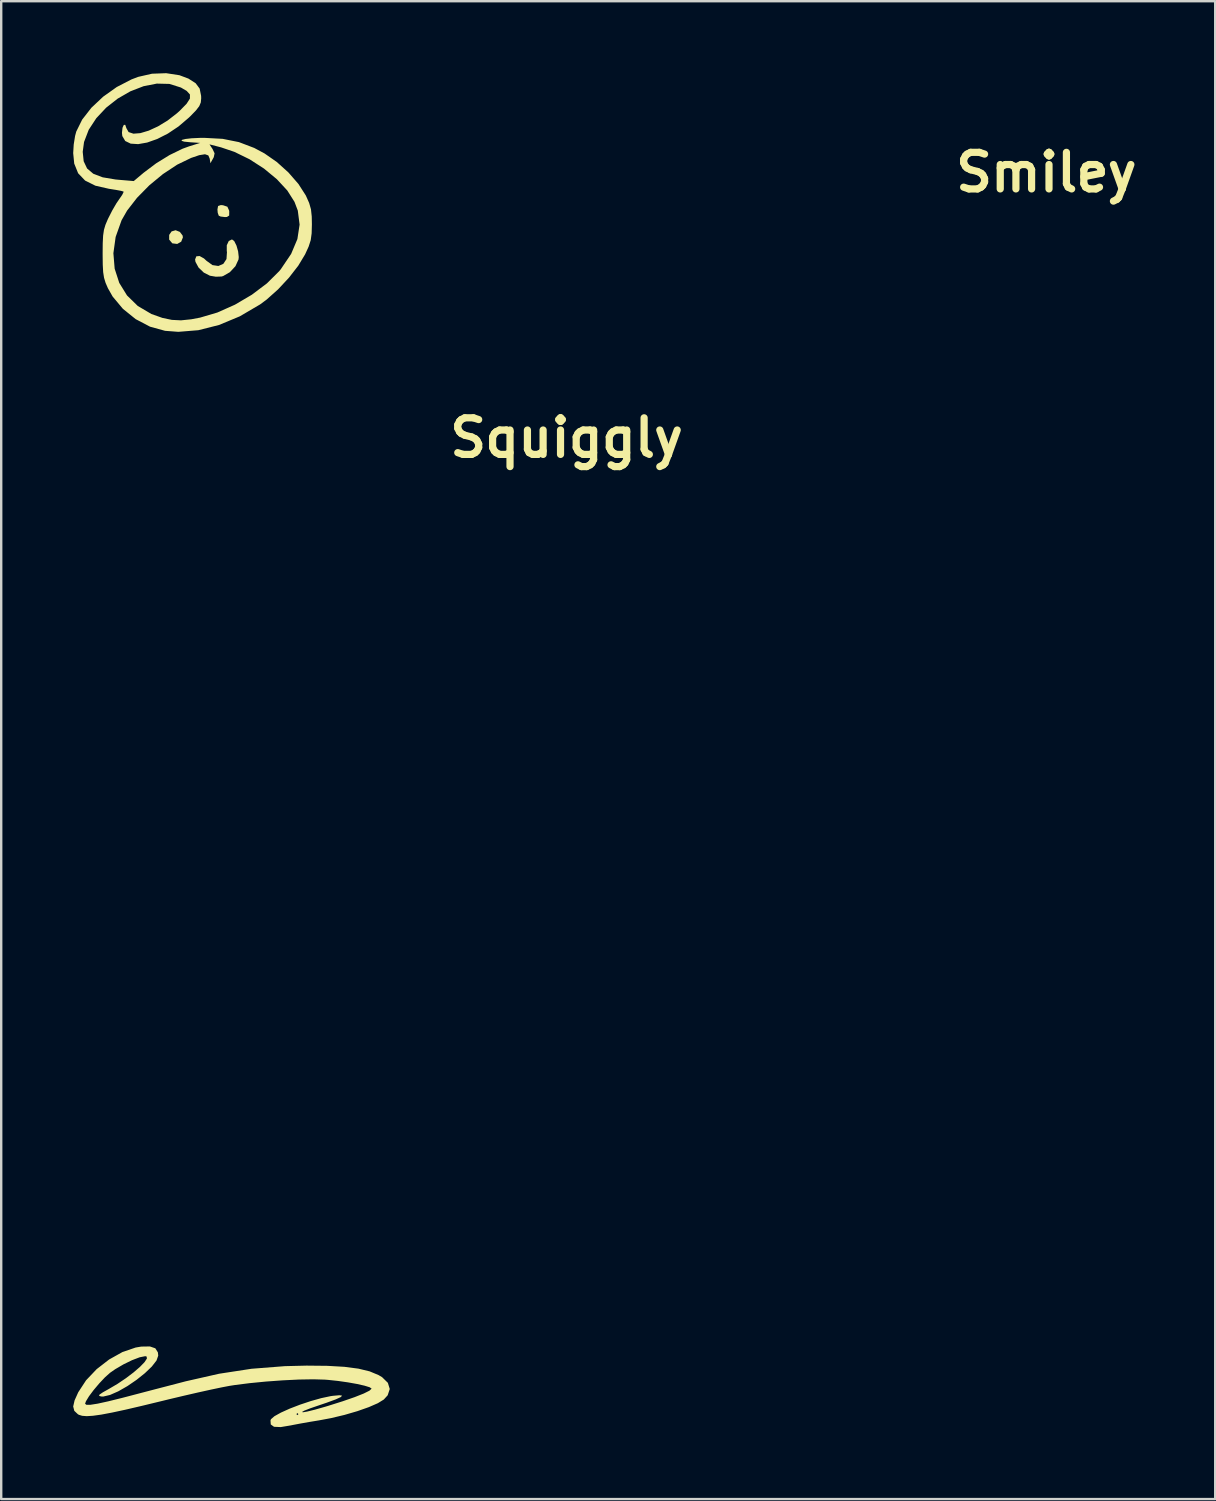
<source format=kicad_pcb>
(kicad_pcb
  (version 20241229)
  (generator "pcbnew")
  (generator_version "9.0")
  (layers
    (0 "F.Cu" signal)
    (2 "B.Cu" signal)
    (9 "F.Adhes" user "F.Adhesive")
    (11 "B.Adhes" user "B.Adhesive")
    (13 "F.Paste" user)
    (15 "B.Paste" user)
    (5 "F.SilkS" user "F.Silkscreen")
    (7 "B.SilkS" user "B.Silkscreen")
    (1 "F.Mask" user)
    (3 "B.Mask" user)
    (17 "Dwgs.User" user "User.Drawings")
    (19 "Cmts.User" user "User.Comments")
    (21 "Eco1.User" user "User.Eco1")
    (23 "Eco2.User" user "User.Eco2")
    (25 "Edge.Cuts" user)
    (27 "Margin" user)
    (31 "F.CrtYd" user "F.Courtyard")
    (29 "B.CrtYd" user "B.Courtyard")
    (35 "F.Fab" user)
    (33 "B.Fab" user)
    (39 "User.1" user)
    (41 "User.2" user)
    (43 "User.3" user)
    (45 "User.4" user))
  (footprint "Smiley"
    (layer "F.Cu")
    (at 40.555 4.133)
    (property "Reference" "Smiley" (at 0 0 0) (layer "F.SilkS") (effects (font (size 1.524 1.524) (thickness 0.3))))
    (attr board_only exclude_from_pos_files exclude_from_bom)
    (fp_poly (pts (xy -36.111 2.48) (xy -35.997 2.629) (xy -35.983 2.709) (xy -36.054 2.888) (xy -36.22 2.983) (xy -36.418 2.958) (xy -36.43 2.952) (xy -36.556 2.801) (xy -36.555 2.605) (xy -36.454 2.46) (xy -36.286 2.411)) (stroke (width 0) (type solid)) (fill yes) (layer "F.SilkS"))
    (fp_poly (pts (xy -34.311 1.37) (xy -34.13 1.431) (xy -34.057 1.591) (xy -34.052 1.63) (xy -34.055 1.799) (xy -34.148 1.858) (xy -34.228 1.863) (xy -34.408 1.841) (xy -34.488 1.806) (xy -34.532 1.685) (xy -34.544 1.547) (xy -34.517 1.402) (xy -34.403 1.363)) (stroke (width 0) (type solid)) (fill yes) (layer "F.SilkS"))
    (fp_poly (pts (xy -33.841 2.869) (xy -33.749 3.055) (xy -33.682 3.294) (xy -33.656 3.529) (xy -33.665 3.628) (xy -33.793 3.909) (xy -34.027 4.16) (xy -34.307 4.321) (xy -34.375 4.34) (xy -34.61 4.348) (xy -34.856 4.307) (xy -35.113 4.176) (xy -35.331 3.966) (xy -35.459 3.73) (xy -35.475 3.629) (xy -35.423 3.498) (xy -35.287 3.486) (xy -35.104 3.588) (xy -35.002 3.683) (xy -34.752 3.864) (xy -34.505 3.901) (xy -34.298 3.811) (xy -34.167 3.613) (xy -34.147 3.322) (xy -34.155 3.28) (xy -34.155 3.038) (xy -34.071 2.859) (xy -33.937 2.794)) (stroke (width 0) (type solid)) (fill yes) (layer "F.SilkS"))
    (fp_poly (pts (xy -36.126 -4.048) (xy -35.753 -3.908) (xy -35.451 -3.714) (xy -35.285 -3.49) (xy -35.224 -3.188) (xy -35.221 -3.087) (xy -35.237 -2.915) (xy -35.301 -2.76) (xy -35.439 -2.581) (xy -35.674 -2.339) (xy -35.737 -2.279) (xy -36.165 -1.914) (xy -36.61 -1.616) (xy -37.053 -1.391) (xy -37.472 -1.243) (xy -37.847 -1.177) (xy -38.159 -1.197) (xy -38.386 -1.307) (xy -38.508 -1.513) (xy -38.523 -1.649) (xy -38.5 -1.859) (xy -38.446 -1.978) (xy -38.385 -1.98) (xy -38.339 -1.843) (xy -38.246 -1.679) (xy -38.044 -1.612) (xy -37.757 -1.635) (xy -37.408 -1.739) (xy -37.021 -1.917) (xy -36.621 -2.16) (xy -36.232 -2.462) (xy -36.107 -2.575) (xy -35.829 -2.86) (xy -35.691 -3.075) (xy -35.69 -3.245) (xy -35.826 -3.395) (xy -36.065 -3.535) (xy -36.543 -3.686) (xy -37.07 -3.699) (xy -37.621 -3.591) (xy -38.173 -3.377) (xy -38.701 -3.073) (xy -39.183 -2.694) (xy -39.593 -2.256) (xy -39.908 -1.775) (xy -40.103 -1.266) (xy -40.158 -0.857) (xy -40.118 -0.463) (xy -39.976 -0.162) (xy -39.718 0.057) (xy -39.328 0.206) (xy -38.793 0.296) (xy -38.658 0.309) (xy -38.031 0.362) (xy -37.621 0.017) (xy -37.098 -0.377) (xy -36.538 -0.722) (xy -35.996 -0.986) (xy -35.729 -1.083) (xy -35.264 -1.228) (xy -35.668 -1.254) (xy -35.932 -1.281) (xy -36.043 -1.317) (xy -36.017 -1.356) (xy -35.87 -1.392) (xy -35.617 -1.421) (xy -35.273 -1.437) (xy -35.098 -1.439) (xy -34.327 -1.397) (xy -33.649 -1.261) (xy -33.011 -1.018) (xy -32.584 -0.79) (xy -32.072 -0.434) (xy -31.586 0.004) (xy -31.17 0.482) (xy -30.867 0.953) (xy -30.852 0.983) (xy -30.721 1.278) (xy -30.646 1.54) (xy -30.614 1.841) (xy -30.608 2.163) (xy -30.618 2.541) (xy -30.657 2.826) (xy -30.743 3.093) (xy -30.892 3.419) (xy -30.893 3.42) (xy -31.175 3.888) (xy -31.564 4.389) (xy -32.018 4.876) (xy -32.495 5.302) (xy -32.765 5.502) (xy -33.612 5.999) (xy -34.476 6.359) (xy -35.337 6.577) (xy -36.173 6.645) (xy -36.726 6.603) (xy -37.353 6.43) (xy -37.951 6.116) (xy -38.483 5.687) (xy -38.912 5.173) (xy -39.109 4.826) (xy -39.206 4.602) (xy -39.269 4.394) (xy -39.306 4.157) (xy -39.323 3.845) (xy -39.328 3.411) (xy -39.328 3.387) (xy -39.328 3.369) (xy -38.88 3.369) (xy -38.827 4.013) (xy -38.635 4.606) (xy -38.312 5.129) (xy -37.864 5.567) (xy -37.298 5.901) (xy -36.836 6.065) (xy -36.444 6.147) (xy -36.063 6.166) (xy -35.633 6.122) (xy -35.264 6.052) (xy -34.546 5.84) (xy -33.813 5.513) (xy -33.11 5.099) (xy -32.481 4.625) (xy -31.969 4.116) (xy -31.902 4.034) (xy -31.473 3.398) (xy -31.212 2.779) (xy -31.12 2.177) (xy -31.195 1.593) (xy -31.333 1.228) (xy -31.633 0.755) (xy -32.067 0.286) (xy -32.601 -0.156) (xy -33.202 -0.544) (xy -33.836 -0.854) (xy -34.392 -1.042) (xy -34.875 -1.167) (xy -34.746 -0.97) (xy -34.663 -0.794) (xy -34.697 -0.633) (xy -34.727 -0.577) (xy -34.837 -0.381) (xy -34.866 -0.572) (xy -34.924 -0.707) (xy -35.062 -0.755) (xy -35.301 -0.717) (xy -35.638 -0.603) (xy -36.22 -0.322) (xy -36.815 0.071) (xy -37.385 0.542) (xy -37.895 1.06) (xy -38.307 1.591) (xy -38.539 1.996) (xy -38.786 2.691) (xy -38.88 3.369) (xy -39.328 3.369) (xy -39.324 2.95) (xy -39.308 2.635) (xy -39.273 2.396) (xy -39.211 2.186) (xy -39.114 1.957) (xy -39.091 1.909) (xy -38.929 1.59) (xy -38.754 1.289) (xy -38.638 1.12) (xy -38.513 0.938) (xy -38.455 0.819) (xy -38.456 0.801) (xy -38.552 0.772) (xy -38.768 0.731) (xy -39.059 0.685) (xy -39.061 0.685) (xy -39.631 0.555) (xy -40.058 0.342) (xy -40.349 0.037) (xy -40.512 -0.366) (xy -40.555 -0.802) (xy -40.533 -1.161) (xy -40.476 -1.518) (xy -40.427 -1.701) (xy -40.181 -2.199) (xy -39.797 -2.692) (xy -39.306 -3.154) (xy -38.739 -3.557) (xy -38.125 -3.874) (xy -37.846 -3.98) (xy -37.271 -4.111) (xy -36.68 -4.133)) (stroke (width 0) (type solid)) (fill yes) (layer "F.SilkS")))
  (footprint "Squiggly"
    (layer "F.Cu")
    (at 20.562 15.196)
    (property "Reference" "Squiggly" (at 0 0 0) (layer "F.SilkS") (effects (font (size 1.524 1.524) (thickness 0.3))))
    (attr board_only exclude_from_pos_files exclude_from_bom)
    (fp_poly (pts (xy -17.14 37.94) (xy -17.033 38.109) (xy -17.018 38.245) (xy -17.09 38.449) (xy -17.286 38.701) (xy -17.574 38.977) (xy -17.923 39.256) (xy -18.302 39.515) (xy -18.681 39.732) (xy -19.027 39.884) (xy -19.31 39.951) (xy -19.399 39.948) (xy -19.484 39.921) (xy -19.465 39.869) (xy -19.325 39.774) (xy -19.091 39.643) (xy -18.719 39.425) (xy -18.363 39.185) (xy -18.043 38.942) (xy -17.778 38.713) (xy -17.587 38.515) (xy -17.489 38.365) (xy -17.504 38.281) (xy -17.562 38.269) (xy -17.792 38.315) (xy -18.111 38.436) (xy -18.467 38.61) (xy -18.814 38.813) (xy -19.026 38.961) (xy -19.24 39.152) (xy -19.477 39.404) (xy -19.709 39.679) (xy -19.904 39.94) (xy -20.032 40.15) (xy -20.066 40.252) (xy -20.011 40.295) (xy -19.841 40.294) (xy -19.543 40.247) (xy -19.109 40.152) (xy -18.526 40.008) (xy -18.311 39.952) (xy -17.742 39.803) (xy -17.12 39.64) (xy -16.511 39.482) (xy -15.982 39.344) (xy -15.875 39.316) (xy -14.485 39.001) (xy -13.13 38.793) (xy -11.739 38.684) (xy -10.837 38.662) (xy -9.974 38.671) (xy -9.259 38.712) (xy -8.677 38.788) (xy -8.209 38.901) (xy -7.839 39.055) (xy -7.689 39.144) (xy -7.449 39.379) (xy -7.37 39.636) (xy -7.457 39.898) (xy -7.618 40.075) (xy -7.865 40.227) (xy -8.243 40.392) (xy -8.718 40.559) (xy -9.253 40.715) (xy -9.813 40.849) (xy -10.316 40.943) (xy -10.717 41.009) (xy -11.097 41.076) (xy -11.396 41.133) (xy -11.489 41.152) (xy -11.914 41.223) (xy -12.193 41.211) (xy -12.327 41.115) (xy -12.329 41.11) (xy -12.34 40.946) (xy -12.321 40.896) (xy -12.177 40.771) (xy -12.018 40.682) (xy -11.261 40.682) (xy -11.218 40.725) (xy -11.176 40.682) (xy -11.218 40.64) (xy -11.261 40.682) (xy -12.018 40.682) (xy -11.904 40.619) (xy -11.538 40.454) (xy -11.112 40.29) (xy -10.663 40.14) (xy -10.225 40.017) (xy -9.835 39.934) (xy -9.737 39.92) (xy -9.465 39.896) (xy -9.356 39.913) (xy -9.409 39.972) (xy -9.624 40.07) (xy -10 40.208) (xy -10.287 40.305) (xy -10.689 40.443) (xy -10.934 40.54) (xy -11.029 40.595) (xy -10.982 40.606) (xy -10.8 40.574) (xy -10.491 40.498) (xy -10.062 40.376) (xy -9.941 40.34) (xy -9.331 40.147) (xy -8.831 39.974) (xy -8.455 39.825) (xy -8.216 39.706) (xy -8.128 39.623) (xy -8.128 39.619) (xy -8.207 39.564) (xy -8.42 39.498) (xy -8.734 39.427) (xy -9.116 39.359) (xy -9.531 39.3) (xy -9.946 39.256) (xy -10.075 39.246) (xy -10.554 39.232) (xy -11.153 39.242) (xy -11.827 39.275) (xy -12.529 39.326) (xy -13.213 39.393) (xy -13.833 39.472) (xy -14.055 39.507) (xy -14.374 39.568) (xy -14.821 39.662) (xy -15.36 39.781) (xy -15.955 39.918) (xy -16.57 40.064) (xy -16.851 40.133) (xy -17.693 40.337) (xy -18.387 40.499) (xy -18.949 40.62) (xy -19.395 40.704) (xy -19.74 40.752) (xy -19.999 40.768) (xy -20.189 40.753) (xy -20.325 40.711) (xy -20.367 40.687) (xy -20.516 40.546) (xy -20.562 40.364) (xy -20.504 40.111) (xy -20.352 39.773) (xy -20.024 39.272) (xy -19.583 38.808) (xy -19.065 38.407) (xy -18.511 38.097) (xy -17.959 37.908) (xy -17.727 37.869) (xy -17.366 37.863)) (stroke (width 0) (type solid)) (fill yes) (layer "F.SilkS")))
  (gr_rect
    (start -3 -3)
    (end 47.59 59.42)
    (stroke (width 0.1) (type default))
    (fill no)
    (layer "Edge.Cuts")))
</source>
